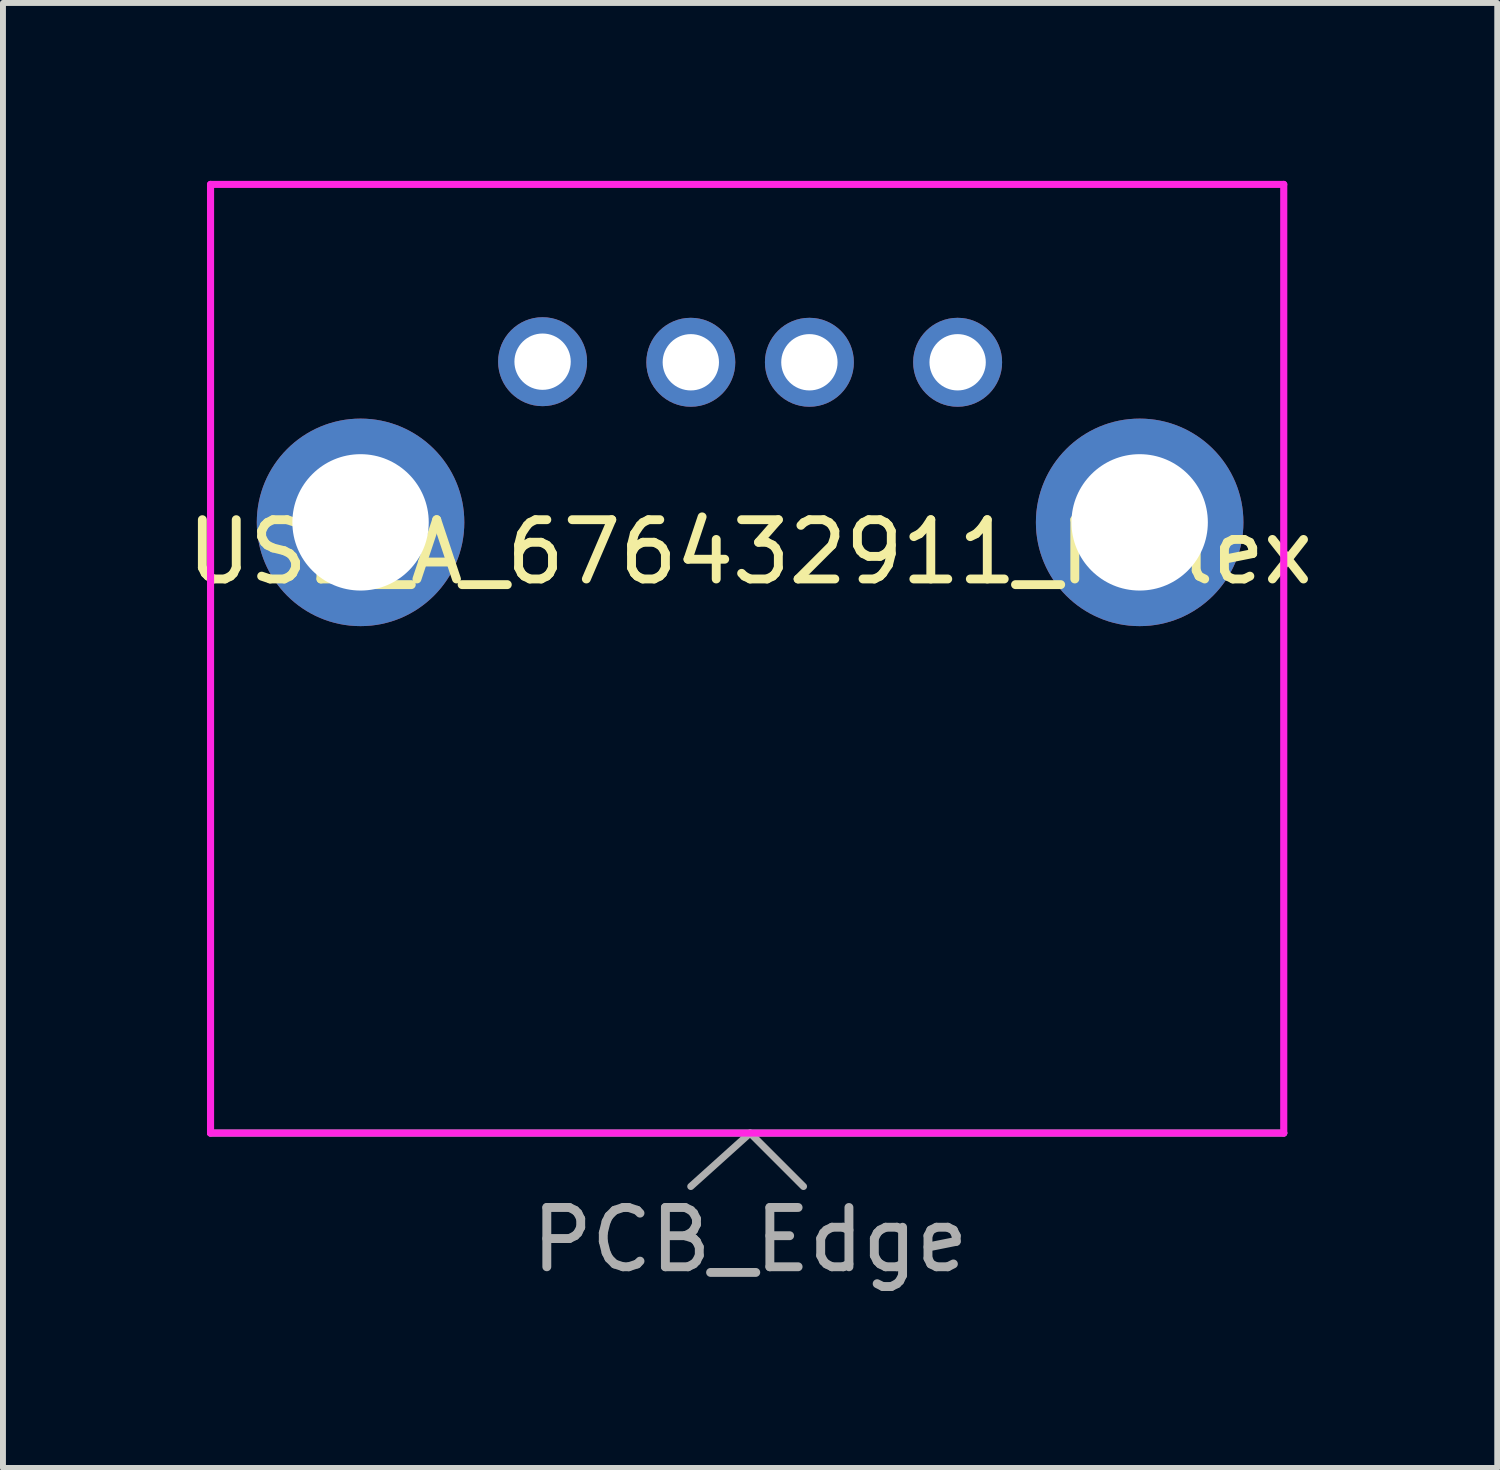
<source format=kicad_pcb>
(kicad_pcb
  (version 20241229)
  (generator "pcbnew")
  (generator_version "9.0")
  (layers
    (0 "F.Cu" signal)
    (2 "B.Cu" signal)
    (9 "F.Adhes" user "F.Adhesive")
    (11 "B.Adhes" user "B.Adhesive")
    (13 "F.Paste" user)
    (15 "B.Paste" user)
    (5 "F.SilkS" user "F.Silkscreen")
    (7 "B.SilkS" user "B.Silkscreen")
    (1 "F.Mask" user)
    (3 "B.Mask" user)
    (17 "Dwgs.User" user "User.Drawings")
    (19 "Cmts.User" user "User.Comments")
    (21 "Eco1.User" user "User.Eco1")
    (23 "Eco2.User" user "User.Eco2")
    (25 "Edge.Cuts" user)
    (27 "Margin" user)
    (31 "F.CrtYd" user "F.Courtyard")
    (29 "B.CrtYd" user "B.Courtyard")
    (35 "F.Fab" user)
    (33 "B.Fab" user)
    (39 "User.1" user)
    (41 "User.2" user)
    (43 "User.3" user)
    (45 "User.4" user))
  (footprint "USB_A_676432911_Molex"
    (layer "F.Cu")
    (at 9.601 5.76)
    (property "Reference" "USB_A_676432911_Molex" (at 0 0.5 0) (layer "F.SilkS") (effects (font (size 1 1) (thickness 0.15))))
    (attr through_hole)
    (fp_line (start -9.1 -5.7) (end -9.1 10.3) (stroke (width 0.12) (type solid)) (layer "F.CrtYd"))
    (fp_line (start 9 -5.7) (end -9.1 -5.7) (stroke (width 0.12) (type solid)) (layer "F.CrtYd"))
    (fp_line (start 9 10.3) (end -9.1 10.3) (stroke (width 0.12) (type solid)) (layer "F.CrtYd"))
    (fp_line (start 9 10.3) (end 9 -5.7) (stroke (width 0.12) (type solid)) (layer "F.CrtYd"))
    (fp_line (start -9.1 10.3) (end 9 10.3) (stroke (width 0.12) (type solid)) (layer "F.Fab"))
    (fp_line (start 0 10.3) (end -1 11.2) (stroke (width 0.12) (type solid)) (layer "F.Fab"))
    (fp_line (start 0 10.3) (end 0.9 11.2) (stroke (width 0.12) (type solid)) (layer "F.Fab"))
    (fp_text user "PCB_Edge" (at 0 12.1 0) (layer "F.Fab") (effects (font (size 1 1) (thickness 0.15))))
    (pad "1" thru_hole circle (at -3.5 -2.71) (size 1.5 1.5) (drill 0.95) (layers "*.Cu" "*.Mask"))
    (pad "2" thru_hole circle (at -1 -2.7) (size 1.5 1.5) (drill 0.95) (layers "*.Cu" "*.Mask"))
    (pad "3" thru_hole circle (at 1 -2.7) (size 1.5 1.5) (drill 0.95) (layers "*.Cu" "*.Mask"))
    (pad "4" thru_hole circle (at 3.5 -2.7) (size 1.5 1.5) (drill 0.95) (layers "*.Cu" "*.Mask"))
    (pad "5" thru_hole circle (at -6.57 0) (size 3.5 3.5) (drill 2.3) (layers "*.Cu" "*.Mask"))
    (pad "5" thru_hole circle (at 6.57 0) (size 3.5 3.5) (drill 2.3) (layers "*.Cu" "*.Mask")))
  (gr_rect
    (start -3 -3)
    (end 22.202 21.708)
    (stroke (width 0.1) (type default))
    (fill no)
    (layer "Edge.Cuts")))
</source>
